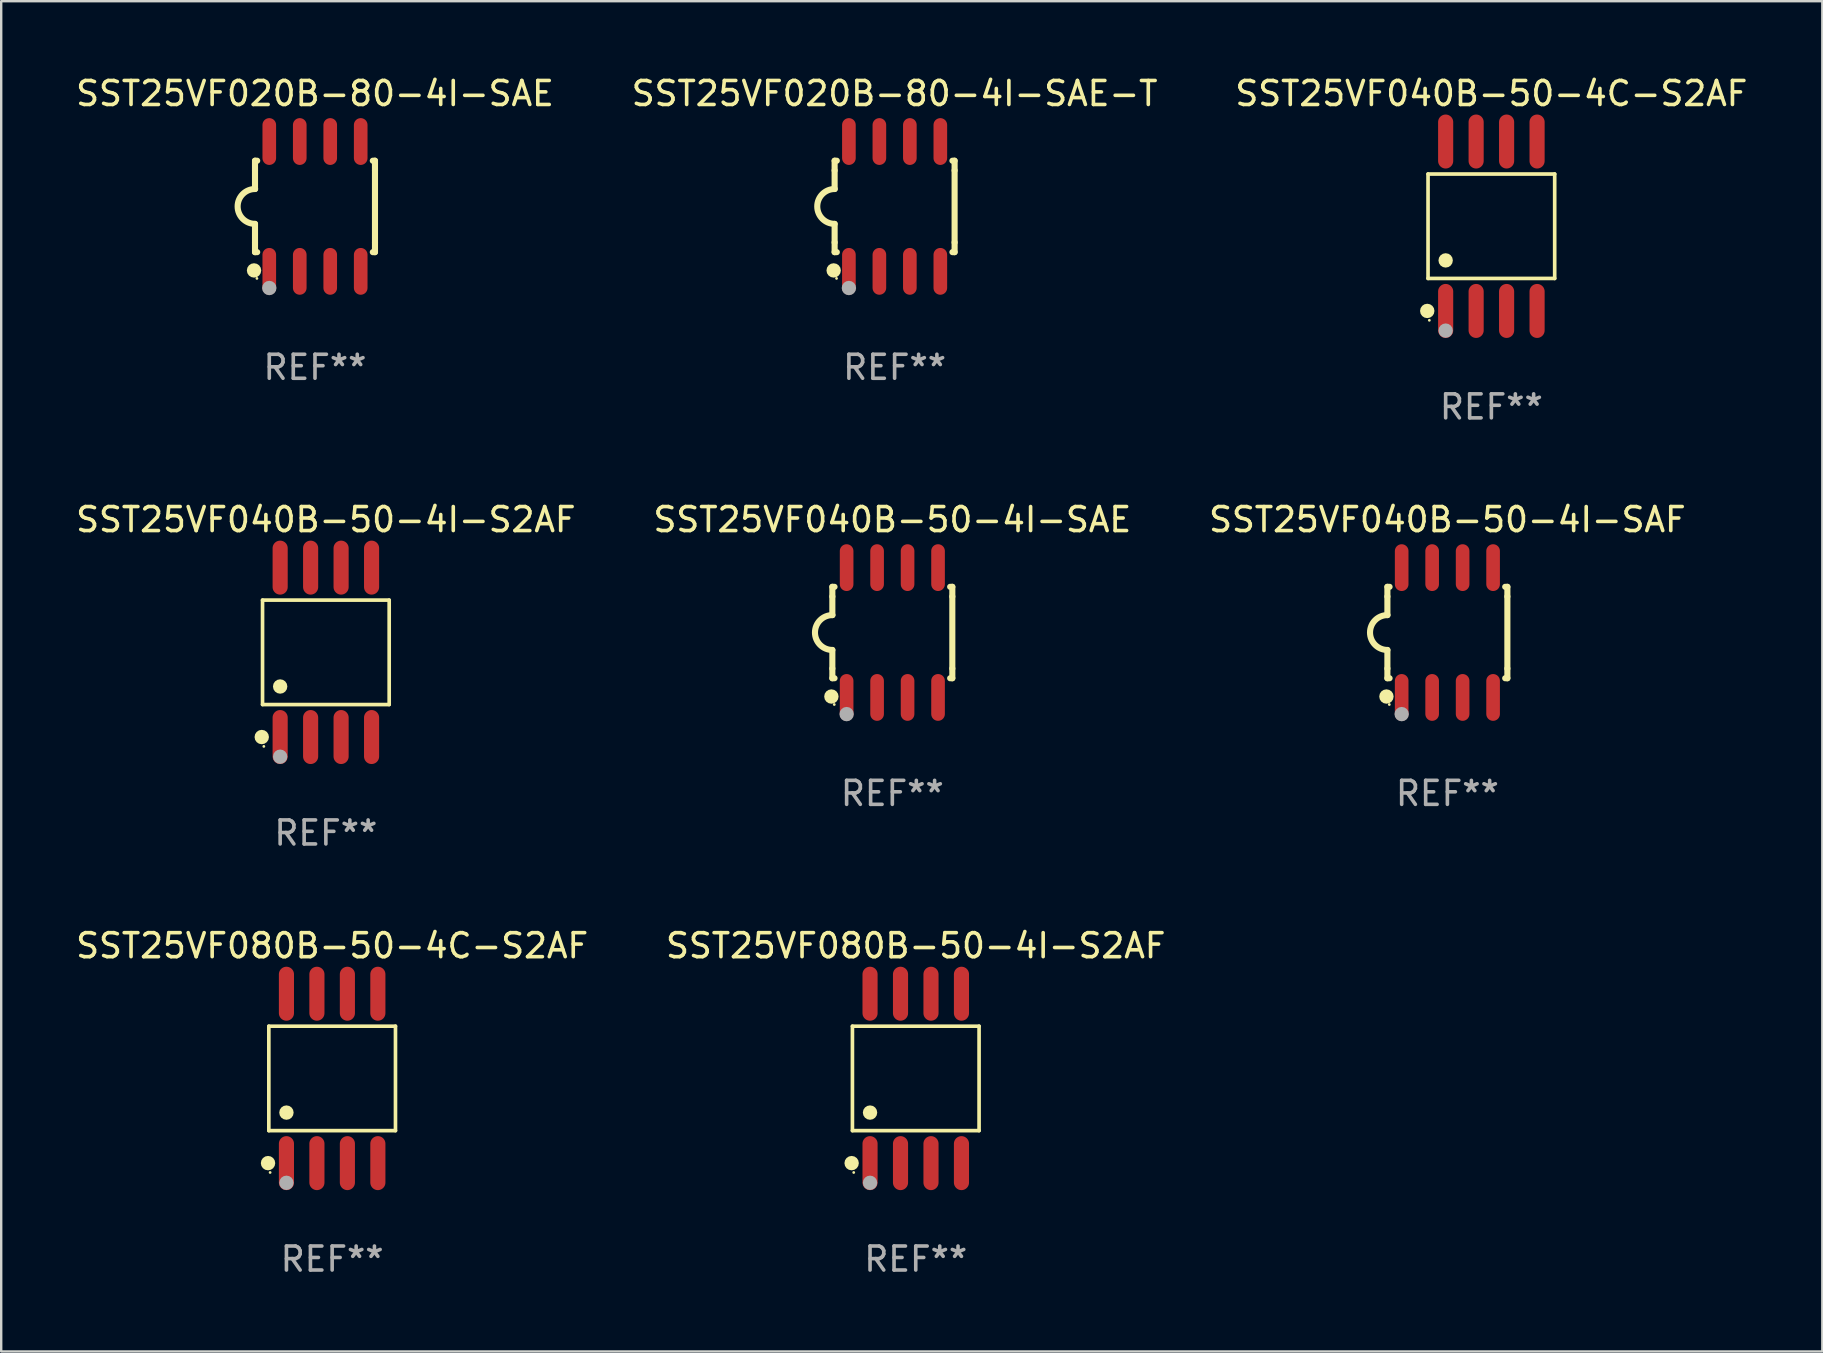
<source format=kicad_pcb>
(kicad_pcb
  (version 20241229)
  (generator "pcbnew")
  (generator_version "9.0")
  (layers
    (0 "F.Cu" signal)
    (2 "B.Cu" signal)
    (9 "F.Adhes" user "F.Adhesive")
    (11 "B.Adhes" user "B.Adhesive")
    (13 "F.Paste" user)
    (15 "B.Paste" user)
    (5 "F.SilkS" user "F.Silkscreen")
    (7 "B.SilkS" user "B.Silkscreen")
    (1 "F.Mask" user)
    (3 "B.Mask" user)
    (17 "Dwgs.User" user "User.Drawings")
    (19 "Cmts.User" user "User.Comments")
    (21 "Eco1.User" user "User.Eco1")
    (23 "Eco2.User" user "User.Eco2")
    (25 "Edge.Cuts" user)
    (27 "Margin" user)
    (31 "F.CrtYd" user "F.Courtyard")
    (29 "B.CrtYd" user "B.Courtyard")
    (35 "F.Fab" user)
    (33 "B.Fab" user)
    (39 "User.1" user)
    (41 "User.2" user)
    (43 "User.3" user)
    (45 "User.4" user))
  (footprint "SST25VF040B-50-4I-SAE"
    (layer "F.Cu")
    (at 34.137 23.31)
    (property "Reference" "SST25VF040B-50-4I-SAE" (at 0 -4.705 0) (layer "F.SilkS") (effects (font (size 1 1) (thickness 0.15))))
    (attr through_hole)
    (fp_line (start -2.5 -1.905) (end -2.409 -1.905) (stroke (width 0.254) (type solid)) (layer "F.SilkS"))
    (fp_line (start -2.5 -1.5) (end -2.5 -1.905) (stroke (width 0.254) (type solid)) (layer "F.SilkS"))
    (fp_line (start -2.5 -1.5) (end -2.5 -0.726) (stroke (width 0.254) (type solid)) (layer "F.SilkS"))
    (fp_line (start -2.5 1.5) (end -2.5 0.727) (stroke (width 0.254) (type solid)) (layer "F.SilkS"))
    (fp_line (start -2.5 1.5) (end -2.5 1.905) (stroke (width 0.254) (type solid)) (layer "F.SilkS"))
    (fp_line (start -2.5 1.905) (end -2.409 1.905) (stroke (width 0.254) (type solid)) (layer "F.SilkS"))
    (fp_line (start 2.5 -1.905) (end 2.409 -1.905) (stroke (width 0.254) (type solid)) (layer "F.SilkS"))
    (fp_line (start 2.5 -1.5) (end 2.5 -1.905) (stroke (width 0.254) (type solid)) (layer "F.SilkS"))
    (fp_line (start 2.5 -1.5) (end 2.5 1.5) (stroke (width 0.254) (type solid)) (layer "F.SilkS"))
    (fp_line (start 2.5 1.5) (end 2.5 1.905) (stroke (width 0.254) (type solid)) (layer "F.SilkS"))
    (fp_line (start 2.5 1.905) (end 2.409 1.905) (stroke (width 0.254) (type solid)) (layer "F.SilkS"))
    (fp_arc (start -2.5 0.726568) (mid -3.220316 -0.0023) (end -2.495097 -0.726289) (stroke (width 0.254001) (type solid)) (layer "F.SilkS"))
    (fp_circle (center -2.54 2.667) (end -2.39 2.667) (stroke (width 0.3) (type solid)) (fill no) (layer "F.SilkS"))
    (fp_circle (center -2.42 3) (end -2.39 3) (stroke (width 0.06) (type solid)) (fill no) (layer "F.SilkS"))
    (fp_circle (center -1.905 3.4) (end -1.755 3.4) (stroke (width 0.3) (type solid)) (fill no) (layer "F.Fab"))
    (fp_text user "REF**" (at 0 6.705 0) (layer "F.Fab") (effects (font (size 1 1) (thickness 0.15))))
    (pad "1" smd oval (at -1.905 2.705) (size 0.568 1.95) (layers "F.Cu" "F.Mask" "F.Paste"))
    (pad "2" smd oval (at -0.635 2.705) (size 0.568 1.95) (layers "F.Cu" "F.Mask" "F.Paste"))
    (pad "3" smd oval (at 0.635 2.705) (size 0.568 1.95) (layers "F.Cu" "F.Mask" "F.Paste"))
    (pad "4" smd oval (at 1.905 2.705) (size 0.568 1.95) (layers "F.Cu" "F.Mask" "F.Paste"))
    (pad "5" smd oval (at 1.905 -2.705) (size 0.568 1.95) (layers "F.Cu" "F.Mask" "F.Paste"))
    (pad "6" smd oval (at 0.635 -2.705) (size 0.568 1.95) (layers "F.Cu" "F.Mask" "F.Paste"))
    (pad "7" smd oval (at -0.635 -2.705) (size 0.568 1.95) (layers "F.Cu" "F.Mask" "F.Paste"))
    (pad "8" smd oval (at -1.905 -2.705) (size 0.568 1.95) (layers "F.Cu" "F.Mask" "F.Paste")))
  (footprint "SST25VF020B-80-4I-SAE-T"
    (layer "F.Cu")
    (at 34.232 5.553)
    (property "Reference" "SST25VF020B-80-4I-SAE-T" (at 0 -4.705 0) (layer "F.SilkS") (effects (font (size 1 1) (thickness 0.15))))
    (attr through_hole)
    (fp_line (start -2.5 -1.905) (end -2.409 -1.905) (stroke (width 0.254) (type solid)) (layer "F.SilkS"))
    (fp_line (start -2.5 -1.5) (end -2.5 -1.905) (stroke (width 0.254) (type solid)) (layer "F.SilkS"))
    (fp_line (start -2.5 -1.5) (end -2.5 -0.726) (stroke (width 0.254) (type solid)) (layer "F.SilkS"))
    (fp_line (start -2.5 1.5) (end -2.5 0.727) (stroke (width 0.254) (type solid)) (layer "F.SilkS"))
    (fp_line (start -2.5 1.5) (end -2.5 1.905) (stroke (width 0.254) (type solid)) (layer "F.SilkS"))
    (fp_line (start -2.5 1.905) (end -2.409 1.905) (stroke (width 0.254) (type solid)) (layer "F.SilkS"))
    (fp_line (start 2.5 -1.905) (end 2.409 -1.905) (stroke (width 0.254) (type solid)) (layer "F.SilkS"))
    (fp_line (start 2.5 -1.5) (end 2.5 -1.905) (stroke (width 0.254) (type solid)) (layer "F.SilkS"))
    (fp_line (start 2.5 -1.5) (end 2.5 1.5) (stroke (width 0.254) (type solid)) (layer "F.SilkS"))
    (fp_line (start 2.5 1.5) (end 2.5 1.905) (stroke (width 0.254) (type solid)) (layer "F.SilkS"))
    (fp_line (start 2.5 1.905) (end 2.409 1.905) (stroke (width 0.254) (type solid)) (layer "F.SilkS"))
    (fp_arc (start -2.5 0.726568) (mid -3.220316 -0.0023) (end -2.495097 -0.726289) (stroke (width 0.254001) (type solid)) (layer "F.SilkS"))
    (fp_circle (center -2.54 2.667) (end -2.39 2.667) (stroke (width 0.3) (type solid)) (fill no) (layer "F.SilkS"))
    (fp_circle (center -2.42 3) (end -2.39 3) (stroke (width 0.06) (type solid)) (fill no) (layer "F.SilkS"))
    (fp_circle (center -1.905 3.4) (end -1.755 3.4) (stroke (width 0.3) (type solid)) (fill no) (layer "F.Fab"))
    (fp_text user "REF**" (at 0 6.705 0) (layer "F.Fab") (effects (font (size 1 1) (thickness 0.15))))
    (pad "1" smd oval (at -1.905 2.705) (size 0.568 1.95) (layers "F.Cu" "F.Mask" "F.Paste"))
    (pad "2" smd oval (at -0.635 2.705) (size 0.568 1.95) (layers "F.Cu" "F.Mask" "F.Paste"))
    (pad "3" smd oval (at 0.635 2.705) (size 0.568 1.95) (layers "F.Cu" "F.Mask" "F.Paste"))
    (pad "4" smd oval (at 1.905 2.705) (size 0.568 1.95) (layers "F.Cu" "F.Mask" "F.Paste"))
    (pad "5" smd oval (at 1.905 -2.705) (size 0.568 1.95) (layers "F.Cu" "F.Mask" "F.Paste"))
    (pad "6" smd oval (at 0.635 -2.705) (size 0.568 1.95) (layers "F.Cu" "F.Mask" "F.Paste"))
    (pad "7" smd oval (at -0.635 -2.705) (size 0.568 1.95) (layers "F.Cu" "F.Mask" "F.Paste"))
    (pad "8" smd oval (at -1.905 -2.705) (size 0.568 1.95) (layers "F.Cu" "F.Mask" "F.Paste")))
  (footprint "SST25VF040B-50-4I-SAF"
    (layer "F.Cu")
    (at 57.268 23.31)
    (property "Reference" "SST25VF040B-50-4I-SAF" (at 0 -4.705 0) (layer "F.SilkS") (effects (font (size 1 1) (thickness 0.15))))
    (attr through_hole)
    (fp_line (start -2.5 -1.905) (end -2.409 -1.905) (stroke (width 0.254) (type solid)) (layer "F.SilkS"))
    (fp_line (start -2.5 -1.5) (end -2.5 -1.905) (stroke (width 0.254) (type solid)) (layer "F.SilkS"))
    (fp_line (start -2.5 -1.5) (end -2.5 -0.726) (stroke (width 0.254) (type solid)) (layer "F.SilkS"))
    (fp_line (start -2.5 1.5) (end -2.5 0.727) (stroke (width 0.254) (type solid)) (layer "F.SilkS"))
    (fp_line (start -2.5 1.5) (end -2.5 1.905) (stroke (width 0.254) (type solid)) (layer "F.SilkS"))
    (fp_line (start -2.5 1.905) (end -2.409 1.905) (stroke (width 0.254) (type solid)) (layer "F.SilkS"))
    (fp_line (start 2.5 -1.905) (end 2.409 -1.905) (stroke (width 0.254) (type solid)) (layer "F.SilkS"))
    (fp_line (start 2.5 -1.5) (end 2.5 -1.905) (stroke (width 0.254) (type solid)) (layer "F.SilkS"))
    (fp_line (start 2.5 -1.5) (end 2.5 1.5) (stroke (width 0.254) (type solid)) (layer "F.SilkS"))
    (fp_line (start 2.5 1.5) (end 2.5 1.905) (stroke (width 0.254) (type solid)) (layer "F.SilkS"))
    (fp_line (start 2.5 1.905) (end 2.409 1.905) (stroke (width 0.254) (type solid)) (layer "F.SilkS"))
    (fp_arc (start -2.5 0.726568) (mid -3.220316 -0.0023) (end -2.495097 -0.726289) (stroke (width 0.254001) (type solid)) (layer "F.SilkS"))
    (fp_circle (center -2.54 2.667) (end -2.39 2.667) (stroke (width 0.3) (type solid)) (fill no) (layer "F.SilkS"))
    (fp_circle (center -2.42 3) (end -2.39 3) (stroke (width 0.06) (type solid)) (fill no) (layer "F.SilkS"))
    (fp_circle (center -1.905 3.4) (end -1.755 3.4) (stroke (width 0.3) (type solid)) (fill no) (layer "F.Fab"))
    (fp_text user "REF**" (at 0 6.705 0) (layer "F.Fab") (effects (font (size 1 1) (thickness 0.15))))
    (pad "1" smd oval (at -1.905 2.705) (size 0.568 1.95) (layers "F.Cu" "F.Mask" "F.Paste"))
    (pad "2" smd oval (at -0.635 2.705) (size 0.568 1.95) (layers "F.Cu" "F.Mask" "F.Paste"))
    (pad "3" smd oval (at 0.635 2.705) (size 0.568 1.95) (layers "F.Cu" "F.Mask" "F.Paste"))
    (pad "4" smd oval (at 1.905 2.705) (size 0.568 1.95) (layers "F.Cu" "F.Mask" "F.Paste"))
    (pad "5" smd oval (at 1.905 -2.705) (size 0.568 1.95) (layers "F.Cu" "F.Mask" "F.Paste"))
    (pad "6" smd oval (at 0.635 -2.705) (size 0.568 1.95) (layers "F.Cu" "F.Mask" "F.Paste"))
    (pad "7" smd oval (at -0.635 -2.705) (size 0.568 1.95) (layers "F.Cu" "F.Mask" "F.Paste"))
    (pad "8" smd oval (at -1.905 -2.705) (size 0.568 1.95) (layers "F.Cu" "F.Mask" "F.Paste")))
  (footprint "SST25VF040B-50-4I-S2AF"
    (layer "F.Cu")
    (at 10.53 24.135)
    (property "Reference" "SST25VF040B-50-4I-S2AF" (at 0 -5.53 0) (layer "F.SilkS") (effects (font (size 1 1) (thickness 0.15))))
    (attr through_hole)
    (fp_line (start -2.639 -2.176) (end 2.639 -2.176) (stroke (width 0.152) (type solid)) (layer "F.SilkS"))
    (fp_line (start -2.639 2.176) (end -2.639 -2.176) (stroke (width 0.152) (type solid)) (layer "F.SilkS"))
    (fp_line (start 2.639 -2.176) (end 2.639 2.176) (stroke (width 0.152) (type solid)) (layer "F.SilkS"))
    (fp_line (start 2.639 2.176) (end -2.639 2.176) (stroke (width 0.152) (type solid)) (layer "F.SilkS"))
    (fp_circle (center -2.672 3.53) (end -2.522 3.53) (stroke (width 0.3) (type solid)) (fill no) (layer "F.SilkS"))
    (fp_circle (center -2.585 3.92) (end -2.555 3.92) (stroke (width 0.06) (type solid)) (fill no) (layer "F.SilkS"))
    (fp_circle (center -1.905 1.424) (end -1.755 1.424) (stroke (width 0.3) (type solid)) (fill no) (layer "F.SilkS"))
    (fp_circle (center -1.905 4.35) (end -1.755 4.35) (stroke (width 0.3) (type solid)) (fill no) (layer "F.Fab"))
    (fp_text user "REF**" (at 0 7.53 0) (layer "F.Fab") (effects (font (size 1 1) (thickness 0.15))))
    (pad "1" smd oval (at -1.905 3.53) (size 0.63 2.25) (layers "F.Cu" "F.Mask" "F.Paste"))
    (pad "2" smd oval (at -0.635 3.53) (size 0.63 2.25) (layers "F.Cu" "F.Mask" "F.Paste"))
    (pad "3" smd oval (at 0.635 3.53) (size 0.63 2.25) (layers "F.Cu" "F.Mask" "F.Paste"))
    (pad "4" smd oval (at 1.905 3.53) (size 0.63 2.25) (layers "F.Cu" "F.Mask" "F.Paste"))
    (pad "5" smd oval (at 1.905 -3.53) (size 0.63 2.25) (layers "F.Cu" "F.Mask" "F.Paste"))
    (pad "6" smd oval (at 0.635 -3.53) (size 0.63 2.25) (layers "F.Cu" "F.Mask" "F.Paste"))
    (pad "7" smd oval (at -0.635 -3.53) (size 0.63 2.25) (layers "F.Cu" "F.Mask" "F.Paste"))
    (pad "8" smd oval (at -1.905 -3.53) (size 0.63 2.25) (layers "F.Cu" "F.Mask" "F.Paste")))
  (footprint "SST25VF080B-50-4I-S2AF"
    (layer "F.Cu")
    (at 35.113 41.892)
    (property "Reference" "SST25VF080B-50-4I-S2AF" (at 0 -5.53 0) (layer "F.SilkS") (effects (font (size 1 1) (thickness 0.15))))
    (attr through_hole)
    (fp_line (start -2.639 -2.176) (end 2.639 -2.176) (stroke (width 0.152) (type solid)) (layer "F.SilkS"))
    (fp_line (start -2.639 2.176) (end -2.639 -2.176) (stroke (width 0.152) (type solid)) (layer "F.SilkS"))
    (fp_line (start 2.639 -2.176) (end 2.639 2.176) (stroke (width 0.152) (type solid)) (layer "F.SilkS"))
    (fp_line (start 2.639 2.176) (end -2.639 2.176) (stroke (width 0.152) (type solid)) (layer "F.SilkS"))
    (fp_circle (center -2.672 3.53) (end -2.522 3.53) (stroke (width 0.3) (type solid)) (fill no) (layer "F.SilkS"))
    (fp_circle (center -2.585 3.92) (end -2.555 3.92) (stroke (width 0.06) (type solid)) (fill no) (layer "F.SilkS"))
    (fp_circle (center -1.905 1.424) (end -1.755 1.424) (stroke (width 0.3) (type solid)) (fill no) (layer "F.SilkS"))
    (fp_circle (center -1.905 4.35) (end -1.755 4.35) (stroke (width 0.3) (type solid)) (fill no) (layer "F.Fab"))
    (fp_text user "REF**" (at 0 7.53 0) (layer "F.Fab") (effects (font (size 1 1) (thickness 0.15))))
    (pad "1" smd oval (at -1.905 3.53) (size 0.63 2.25) (layers "F.Cu" "F.Mask" "F.Paste"))
    (pad "2" smd oval (at -0.635 3.53) (size 0.63 2.25) (layers "F.Cu" "F.Mask" "F.Paste"))
    (pad "3" smd oval (at 0.635 3.53) (size 0.63 2.25) (layers "F.Cu" "F.Mask" "F.Paste"))
    (pad "4" smd oval (at 1.905 3.53) (size 0.63 2.25) (layers "F.Cu" "F.Mask" "F.Paste"))
    (pad "5" smd oval (at 1.905 -3.53) (size 0.63 2.25) (layers "F.Cu" "F.Mask" "F.Paste"))
    (pad "6" smd oval (at 0.635 -3.53) (size 0.63 2.25) (layers "F.Cu" "F.Mask" "F.Paste"))
    (pad "7" smd oval (at -0.635 -3.53) (size 0.63 2.25) (layers "F.Cu" "F.Mask" "F.Paste"))
    (pad "8" smd oval (at -1.905 -3.53) (size 0.63 2.25) (layers "F.Cu" "F.Mask" "F.Paste")))
  (footprint "SST25VF080B-50-4C-S2AF"
    (layer "F.Cu")
    (at 10.792 41.892)
    (property "Reference" "SST25VF080B-50-4C-S2AF" (at 0 -5.53 0) (layer "F.SilkS") (effects (font (size 1 1) (thickness 0.15))))
    (attr through_hole)
    (fp_line (start -2.639 -2.176) (end 2.639 -2.176) (stroke (width 0.152) (type solid)) (layer "F.SilkS"))
    (fp_line (start -2.639 2.176) (end -2.639 -2.176) (stroke (width 0.152) (type solid)) (layer "F.SilkS"))
    (fp_line (start 2.639 -2.176) (end 2.639 2.176) (stroke (width 0.152) (type solid)) (layer "F.SilkS"))
    (fp_line (start 2.639 2.176) (end -2.639 2.176) (stroke (width 0.152) (type solid)) (layer "F.SilkS"))
    (fp_circle (center -2.672 3.53) (end -2.522 3.53) (stroke (width 0.3) (type solid)) (fill no) (layer "F.SilkS"))
    (fp_circle (center -2.585 3.92) (end -2.555 3.92) (stroke (width 0.06) (type solid)) (fill no) (layer "F.SilkS"))
    (fp_circle (center -1.905 1.424) (end -1.755 1.424) (stroke (width 0.3) (type solid)) (fill no) (layer "F.SilkS"))
    (fp_circle (center -1.905 4.35) (end -1.755 4.35) (stroke (width 0.3) (type solid)) (fill no) (layer "F.Fab"))
    (fp_text user "REF**" (at 0 7.53 0) (layer "F.Fab") (effects (font (size 1 1) (thickness 0.15))))
    (pad "1" smd oval (at -1.905 3.53) (size 0.63 2.25) (layers "F.Cu" "F.Mask" "F.Paste"))
    (pad "2" smd oval (at -0.635 3.53) (size 0.63 2.25) (layers "F.Cu" "F.Mask" "F.Paste"))
    (pad "3" smd oval (at 0.635 3.53) (size 0.63 2.25) (layers "F.Cu" "F.Mask" "F.Paste"))
    (pad "4" smd oval (at 1.905 3.53) (size 0.63 2.25) (layers "F.Cu" "F.Mask" "F.Paste"))
    (pad "5" smd oval (at 1.905 -3.53) (size 0.63 2.25) (layers "F.Cu" "F.Mask" "F.Paste"))
    (pad "6" smd oval (at 0.635 -3.53) (size 0.63 2.25) (layers "F.Cu" "F.Mask" "F.Paste"))
    (pad "7" smd oval (at -0.635 -3.53) (size 0.63 2.25) (layers "F.Cu" "F.Mask" "F.Paste"))
    (pad "8" smd oval (at -1.905 -3.53) (size 0.63 2.25) (layers "F.Cu" "F.Mask" "F.Paste")))
  (footprint "SST25VF040B-50-4C-S2AF"
    (layer "F.Cu")
    (at 59.101 6.378)
    (property "Reference" "SST25VF040B-50-4C-S2AF" (at 0 -5.53 0) (layer "F.SilkS") (effects (font (size 1 1) (thickness 0.15))))
    (attr through_hole)
    (fp_line (start -2.639 -2.176) (end 2.639 -2.176) (stroke (width 0.152) (type solid)) (layer "F.SilkS"))
    (fp_line (start -2.639 2.176) (end -2.639 -2.176) (stroke (width 0.152) (type solid)) (layer "F.SilkS"))
    (fp_line (start 2.639 -2.176) (end 2.639 2.176) (stroke (width 0.152) (type solid)) (layer "F.SilkS"))
    (fp_line (start 2.639 2.176) (end -2.639 2.176) (stroke (width 0.152) (type solid)) (layer "F.SilkS"))
    (fp_circle (center -2.672 3.53) (end -2.522 3.53) (stroke (width 0.3) (type solid)) (fill no) (layer "F.SilkS"))
    (fp_circle (center -2.585 3.92) (end -2.555 3.92) (stroke (width 0.06) (type solid)) (fill no) (layer "F.SilkS"))
    (fp_circle (center -1.905 1.424) (end -1.755 1.424) (stroke (width 0.3) (type solid)) (fill no) (layer "F.SilkS"))
    (fp_circle (center -1.905 4.35) (end -1.755 4.35) (stroke (width 0.3) (type solid)) (fill no) (layer "F.Fab"))
    (fp_text user "REF**" (at 0 7.53 0) (layer "F.Fab") (effects (font (size 1 1) (thickness 0.15))))
    (pad "1" smd oval (at -1.905 3.53) (size 0.63 2.25) (layers "F.Cu" "F.Mask" "F.Paste"))
    (pad "2" smd oval (at -0.635 3.53) (size 0.63 2.25) (layers "F.Cu" "F.Mask" "F.Paste"))
    (pad "3" smd oval (at 0.635 3.53) (size 0.63 2.25) (layers "F.Cu" "F.Mask" "F.Paste"))
    (pad "4" smd oval (at 1.905 3.53) (size 0.63 2.25) (layers "F.Cu" "F.Mask" "F.Paste"))
    (pad "5" smd oval (at 1.905 -3.53) (size 0.63 2.25) (layers "F.Cu" "F.Mask" "F.Paste"))
    (pad "6" smd oval (at 0.635 -3.53) (size 0.63 2.25) (layers "F.Cu" "F.Mask" "F.Paste"))
    (pad "7" smd oval (at -0.635 -3.53) (size 0.63 2.25) (layers "F.Cu" "F.Mask" "F.Paste"))
    (pad "8" smd oval (at -1.905 -3.53) (size 0.63 2.25) (layers "F.Cu" "F.Mask" "F.Paste")))
  (footprint "SST25VF020B-80-4I-SAE"
    (layer "F.Cu")
    (at 10.077 5.553)
    (property "Reference" "SST25VF020B-80-4I-SAE" (at 0 -4.705 0) (layer "F.SilkS") (effects (font (size 1 1) (thickness 0.15))))
    (attr through_hole)
    (fp_line (start -2.5 -1.905) (end -2.409 -1.905) (stroke (width 0.254) (type solid)) (layer "F.SilkS"))
    (fp_line (start -2.5 -1.5) (end -2.5 -1.905) (stroke (width 0.254) (type solid)) (layer "F.SilkS"))
    (fp_line (start -2.5 -1.5) (end -2.5 -0.726) (stroke (width 0.254) (type solid)) (layer "F.SilkS"))
    (fp_line (start -2.5 1.5) (end -2.5 0.727) (stroke (width 0.254) (type solid)) (layer "F.SilkS"))
    (fp_line (start -2.5 1.5) (end -2.5 1.905) (stroke (width 0.254) (type solid)) (layer "F.SilkS"))
    (fp_line (start -2.5 1.905) (end -2.409 1.905) (stroke (width 0.254) (type solid)) (layer "F.SilkS"))
    (fp_line (start 2.5 -1.905) (end 2.409 -1.905) (stroke (width 0.254) (type solid)) (layer "F.SilkS"))
    (fp_line (start 2.5 -1.5) (end 2.5 -1.905) (stroke (width 0.254) (type solid)) (layer "F.SilkS"))
    (fp_line (start 2.5 -1.5) (end 2.5 1.5) (stroke (width 0.254) (type solid)) (layer "F.SilkS"))
    (fp_line (start 2.5 1.5) (end 2.5 1.905) (stroke (width 0.254) (type solid)) (layer "F.SilkS"))
    (fp_line (start 2.5 1.905) (end 2.409 1.905) (stroke (width 0.254) (type solid)) (layer "F.SilkS"))
    (fp_arc (start -2.5 0.726568) (mid -3.220316 -0.0023) (end -2.495097 -0.726289) (stroke (width 0.254001) (type solid)) (layer "F.SilkS"))
    (fp_circle (center -2.54 2.667) (end -2.39 2.667) (stroke (width 0.3) (type solid)) (fill no) (layer "F.SilkS"))
    (fp_circle (center -2.42 3) (end -2.39 3) (stroke (width 0.06) (type solid)) (fill no) (layer "F.SilkS"))
    (fp_circle (center -1.905 3.4) (end -1.755 3.4) (stroke (width 0.3) (type solid)) (fill no) (layer "F.Fab"))
    (fp_text user "REF**" (at 0 6.705 0) (layer "F.Fab") (effects (font (size 1 1) (thickness 0.15))))
    (pad "1" smd oval (at -1.905 2.705) (size 0.568 1.95) (layers "F.Cu" "F.Mask" "F.Paste"))
    (pad "2" smd oval (at -0.635 2.705) (size 0.568 1.95) (layers "F.Cu" "F.Mask" "F.Paste"))
    (pad "3" smd oval (at 0.635 2.705) (size 0.568 1.95) (layers "F.Cu" "F.Mask" "F.Paste"))
    (pad "4" smd oval (at 1.905 2.705) (size 0.568 1.95) (layers "F.Cu" "F.Mask" "F.Paste"))
    (pad "5" smd oval (at 1.905 -2.705) (size 0.568 1.95) (layers "F.Cu" "F.Mask" "F.Paste"))
    (pad "6" smd oval (at 0.635 -2.705) (size 0.568 1.95) (layers "F.Cu" "F.Mask" "F.Paste"))
    (pad "7" smd oval (at -0.635 -2.705) (size 0.568 1.95) (layers "F.Cu" "F.Mask" "F.Paste"))
    (pad "8" smd oval (at -1.905 -2.705) (size 0.568 1.95) (layers "F.Cu" "F.Mask" "F.Paste")))
  (gr_rect
    (start -3 -3)
    (end 72.893 53.27)
    (stroke (width 0.1) (type default))
    (fill no)
    (layer "Edge.Cuts")))
</source>
